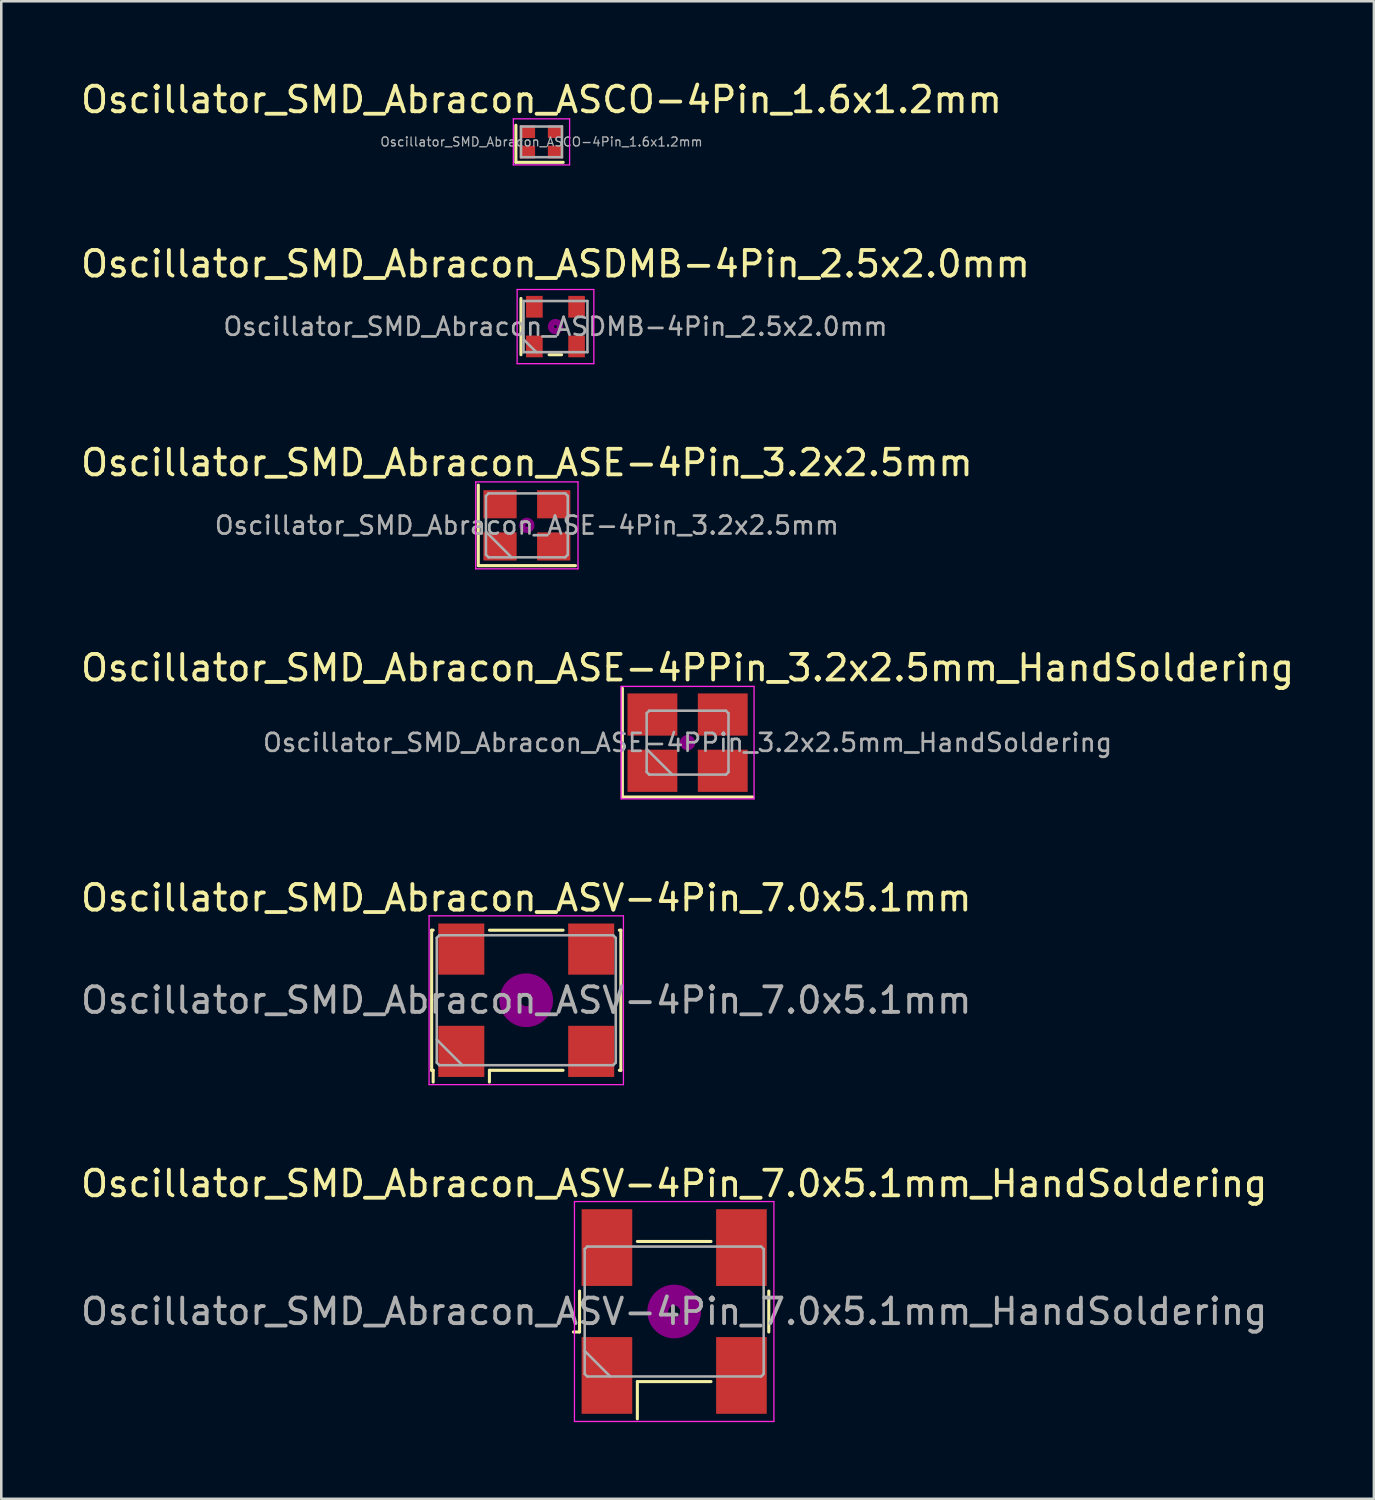
<source format=kicad_pcb>
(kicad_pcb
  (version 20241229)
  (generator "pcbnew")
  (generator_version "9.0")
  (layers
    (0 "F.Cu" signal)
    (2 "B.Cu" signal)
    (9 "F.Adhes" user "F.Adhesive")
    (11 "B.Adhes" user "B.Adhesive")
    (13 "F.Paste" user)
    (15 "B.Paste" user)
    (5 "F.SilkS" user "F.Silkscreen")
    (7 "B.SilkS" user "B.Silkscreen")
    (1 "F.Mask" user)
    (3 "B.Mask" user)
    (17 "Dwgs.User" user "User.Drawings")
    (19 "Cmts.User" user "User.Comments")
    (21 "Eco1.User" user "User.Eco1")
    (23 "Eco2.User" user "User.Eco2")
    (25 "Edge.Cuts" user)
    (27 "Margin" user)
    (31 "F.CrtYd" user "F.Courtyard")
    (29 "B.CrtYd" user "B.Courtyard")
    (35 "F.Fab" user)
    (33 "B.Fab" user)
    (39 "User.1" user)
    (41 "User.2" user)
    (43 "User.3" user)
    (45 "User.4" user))
  (footprint "Oscillator_SMD_Abracon_ASV-4Pin_7.0x5.1mm"
    (layer "F.Cu")
    (at 17.53 36.066)
    (property "Reference" "Oscillator_SMD_Abracon_ASV-4Pin_7.0x5.1mm" (at 0 -4 0) (layer "F.SilkS") (effects (font (size 1 1) (thickness 0.15))))
    (attr smd)
    (fp_line (start -3.7 -2.74) (end -3.64 -2.74) (stroke (width 0.12) (type solid)) (layer "F.SilkS"))
    (fp_line (start -3.7 2.74) (end -3.7 -2.74) (stroke (width 0.12) (type solid)) (layer "F.SilkS"))
    (fp_line (start -3.64 2.74) (end -3.7 2.74) (stroke (width 0.12) (type solid)) (layer "F.SilkS"))
    (fp_line (start -3.64 3.2) (end -3.64 2.74) (stroke (width 0.12) (type solid)) (layer "F.SilkS"))
    (fp_line (start -1.44 -2.74) (end 1.44 -2.74) (stroke (width 0.12) (type solid)) (layer "F.SilkS"))
    (fp_line (start -1.44 2.74) (end -1.44 3.2) (stroke (width 0.12) (type solid)) (layer "F.SilkS"))
    (fp_line (start 1.44 2.74) (end -1.44 2.74) (stroke (width 0.12) (type solid)) (layer "F.SilkS"))
    (fp_line (start 3.64 -2.74) (end 3.7 -2.74) (stroke (width 0.12) (type solid)) (layer "F.SilkS"))
    (fp_line (start 3.7 -2.74) (end 3.7 2.74) (stroke (width 0.12) (type solid)) (layer "F.SilkS"))
    (fp_line (start 3.7 2.74) (end 3.64 2.74) (stroke (width 0.12) (type solid)) (layer "F.SilkS"))
    (fp_circle (center 0 0) (end 0.233 0) (stroke (width 0.467) (type solid)) (fill no) (layer "F.Adhes"))
    (fp_circle (center 0 0) (end 0.533 0) (stroke (width 0.333) (type solid)) (fill no) (layer "F.Adhes"))
    (fp_circle (center 0 0) (end 0.833 0) (stroke (width 0.333) (type solid)) (fill no) (layer "F.Adhes"))
    (fp_circle (center 0 0) (end 1 0) (stroke (width 0.1) (type solid)) (fill no) (layer "F.Adhes"))
    (fp_line (start -3.8 -3.3) (end -3.8 3.3) (stroke (width 0.05) (type solid)) (layer "F.CrtYd"))
    (fp_line (start -3.8 3.3) (end 3.8 3.3) (stroke (width 0.05) (type solid)) (layer "F.CrtYd"))
    (fp_line (start 3.8 -3.3) (end -3.8 -3.3) (stroke (width 0.05) (type solid)) (layer "F.CrtYd"))
    (fp_line (start 3.8 3.3) (end 3.8 -3.3) (stroke (width 0.05) (type solid)) (layer "F.CrtYd"))
    (fp_line (start -3.5 -2.44) (end -3.4 -2.54) (stroke (width 0.1) (type solid)) (layer "F.Fab"))
    (fp_line (start -3.5 1.54) (end -2.5 2.54) (stroke (width 0.1) (type solid)) (layer "F.Fab"))
    (fp_line (start -3.5 2.44) (end -3.5 -2.44) (stroke (width 0.1) (type solid)) (layer "F.Fab"))
    (fp_line (start -3.4 -2.54) (end 3.4 -2.54) (stroke (width 0.1) (type solid)) (layer "F.Fab"))
    (fp_line (start -3.4 2.54) (end -3.5 2.44) (stroke (width 0.1) (type solid)) (layer "F.Fab"))
    (fp_line (start 3.4 -2.54) (end 3.5 -2.44) (stroke (width 0.1) (type solid)) (layer "F.Fab"))
    (fp_line (start 3.4 2.54) (end -3.4 2.54) (stroke (width 0.1) (type solid)) (layer "F.Fab"))
    (fp_line (start 3.5 -2.44) (end 3.5 2.44) (stroke (width 0.1) (type solid)) (layer "F.Fab"))
    (fp_line (start 3.5 2.44) (end 3.4 2.54) (stroke (width 0.1) (type solid)) (layer "F.Fab"))
    (fp_text user "${REFERENCE}" (at 0 0 0) (layer "F.Fab") (effects (font (size 1 1) (thickness 0.15))))
    (pad "1" smd rect (at -2.54 2) (size 1.8 2) (layers "F.Cu" "F.Mask" "F.Paste"))
    (pad "2" smd rect (at 2.54 2) (size 1.8 2) (layers "F.Cu" "F.Mask" "F.Paste"))
    (pad "3" smd rect (at 2.54 -2) (size 1.8 2) (layers "F.Cu" "F.Mask" "F.Paste"))
    (pad "4" smd rect (at -2.54 -2) (size 1.8 2) (layers "F.Cu" "F.Mask" "F.Paste")))
  (footprint "Oscillator_SMD_Abracon_ASE-4Pin_3.2x2.5mm"
    (layer "F.Cu")
    (at 17.554 17.495)
    (property "Reference" "Oscillator_SMD_Abracon_ASE-4Pin_3.2x2.5mm" (at 0 -2.45 0) (layer "F.SilkS") (effects (font (size 1 1) (thickness 0.15))))
    (attr smd)
    (fp_line (start -1.9 -1.575) (end -1.9 1.575) (stroke (width 0.12) (type solid)) (layer "F.SilkS"))
    (fp_line (start -1.9 1.575) (end 1.9 1.575) (stroke (width 0.12) (type solid)) (layer "F.SilkS"))
    (fp_circle (center 0 0) (end 0.058 0) (stroke (width 0.117) (type solid)) (fill no) (layer "F.Adhes"))
    (fp_circle (center 0 0) (end 0.133 0) (stroke (width 0.083) (type solid)) (fill no) (layer "F.Adhes"))
    (fp_circle (center 0 0) (end 0.208 0) (stroke (width 0.083) (type solid)) (fill no) (layer "F.Adhes"))
    (fp_circle (center 0 0) (end 0.25 0) (stroke (width 0.1) (type solid)) (fill no) (layer "F.Adhes"))
    (fp_line (start -2 -1.7) (end -2 1.7) (stroke (width 0.05) (type solid)) (layer "F.CrtYd"))
    (fp_line (start -2 1.7) (end 2 1.7) (stroke (width 0.05) (type solid)) (layer "F.CrtYd"))
    (fp_line (start 2 -1.7) (end -2 -1.7) (stroke (width 0.05) (type solid)) (layer "F.CrtYd"))
    (fp_line (start 2 1.7) (end 2 -1.7) (stroke (width 0.05) (type solid)) (layer "F.CrtYd"))
    (fp_line (start -1.6 -1.15) (end -1.5 -1.25) (stroke (width 0.1) (type solid)) (layer "F.Fab"))
    (fp_line (start -1.6 0.25) (end -0.6 1.25) (stroke (width 0.1) (type solid)) (layer "F.Fab"))
    (fp_line (start -1.6 1.15) (end -1.6 -1.15) (stroke (width 0.1) (type solid)) (layer "F.Fab"))
    (fp_line (start -1.5 -1.25) (end 1.5 -1.25) (stroke (width 0.1) (type solid)) (layer "F.Fab"))
    (fp_line (start -1.5 1.25) (end -1.6 1.15) (stroke (width 0.1) (type solid)) (layer "F.Fab"))
    (fp_line (start 1.5 -1.25) (end 1.6 -1.15) (stroke (width 0.1) (type solid)) (layer "F.Fab"))
    (fp_line (start 1.5 1.25) (end -1.5 1.25) (stroke (width 0.1) (type solid)) (layer "F.Fab"))
    (fp_line (start 1.6 -1.15) (end 1.6 1.15) (stroke (width 0.1) (type solid)) (layer "F.Fab"))
    (fp_line (start 1.6 1.15) (end 1.5 1.25) (stroke (width 0.1) (type solid)) (layer "F.Fab"))
    (fp_text user "${REFERENCE}" (at 0 0 0) (layer "F.Fab") (effects (font (size 0.7 0.7) (thickness 0.105))))
    (pad "1" smd rect (at -1.05 0.825) (size 1.3 1.1) (layers "F.Cu" "F.Mask" "F.Paste"))
    (pad "2" smd rect (at 1.05 0.825) (size 1.3 1.1) (layers "F.Cu" "F.Mask" "F.Paste"))
    (pad "3" smd rect (at 1.05 -0.825) (size 1.3 1.1) (layers "F.Cu" "F.Mask" "F.Paste"))
    (pad "4" smd rect (at -1.05 -0.825) (size 1.3 1.1) (layers "F.Cu" "F.Mask" "F.Paste")))
  (footprint "Oscillator_SMD_Abracon_ASE-4PPin_3.2x2.5mm_HandSoldering"
    (layer "F.Cu")
    (at 23.839 25.993)
    (property "Reference" "Oscillator_SMD_Abracon_ASE-4PPin_3.2x2.5mm_HandSoldering" (at 0 -2.925 0) (layer "F.SilkS") (effects (font (size 1 1) (thickness 0.15))))
    (attr smd)
    (fp_line (start -2.55 -2.125) (end -2.55 2.125) (stroke (width 0.12) (type solid)) (layer "F.SilkS"))
    (fp_line (start -2.55 2.125) (end 2.55 2.125) (stroke (width 0.12) (type solid)) (layer "F.SilkS"))
    (fp_circle (center 0 0) (end 0.058 0) (stroke (width 0.117) (type solid)) (fill no) (layer "F.Adhes"))
    (fp_circle (center 0 0) (end 0.133 0) (stroke (width 0.083) (type solid)) (fill no) (layer "F.Adhes"))
    (fp_circle (center 0 0) (end 0.208 0) (stroke (width 0.083) (type solid)) (fill no) (layer "F.Adhes"))
    (fp_circle (center 0 0) (end 0.25 0) (stroke (width 0.1) (type solid)) (fill no) (layer "F.Adhes"))
    (fp_line (start -2.6 -2.2) (end -2.6 2.2) (stroke (width 0.05) (type solid)) (layer "F.CrtYd"))
    (fp_line (start -2.6 2.2) (end 2.6 2.2) (stroke (width 0.05) (type solid)) (layer "F.CrtYd"))
    (fp_line (start 2.6 -2.2) (end -2.6 -2.2) (stroke (width 0.05) (type solid)) (layer "F.CrtYd"))
    (fp_line (start 2.6 2.2) (end 2.6 -2.2) (stroke (width 0.05) (type solid)) (layer "F.CrtYd"))
    (fp_line (start -1.6 -1.15) (end -1.5 -1.25) (stroke (width 0.1) (type solid)) (layer "F.Fab"))
    (fp_line (start -1.6 0.25) (end -0.6 1.25) (stroke (width 0.1) (type solid)) (layer "F.Fab"))
    (fp_line (start -1.6 1.15) (end -1.6 -1.15) (stroke (width 0.1) (type solid)) (layer "F.Fab"))
    (fp_line (start -1.5 -1.25) (end 1.5 -1.25) (stroke (width 0.1) (type solid)) (layer "F.Fab"))
    (fp_line (start -1.5 1.25) (end -1.6 1.15) (stroke (width 0.1) (type solid)) (layer "F.Fab"))
    (fp_line (start 1.5 -1.25) (end 1.6 -1.15) (stroke (width 0.1) (type solid)) (layer "F.Fab"))
    (fp_line (start 1.5 1.25) (end -1.5 1.25) (stroke (width 0.1) (type solid)) (layer "F.Fab"))
    (fp_line (start 1.6 -1.15) (end 1.6 1.15) (stroke (width 0.1) (type solid)) (layer "F.Fab"))
    (fp_line (start 1.6 1.15) (end 1.5 1.25) (stroke (width 0.1) (type solid)) (layer "F.Fab"))
    (fp_text user "${REFERENCE}" (at 0 0 0) (layer "F.Fab") (effects (font (size 0.7 0.7) (thickness 0.105))))
    (pad "1" smd rect (at -1.375 1.1) (size 1.95 1.65) (layers "F.Cu" "F.Mask" "F.Paste"))
    (pad "2" smd rect (at 1.375 1.1) (size 1.95 1.65) (layers "F.Cu" "F.Mask" "F.Paste"))
    (pad "3" smd rect (at 1.375 -1.1) (size 1.95 1.65) (layers "F.Cu" "F.Mask" "F.Paste"))
    (pad "4" smd rect (at -1.375 -1.1) (size 1.95 1.65) (layers "F.Cu" "F.Mask" "F.Paste")))
  (footprint "Oscillator_SMD_Abracon_ASV-4Pin_7.0x5.1mm_HandSoldering"
    (layer "F.Cu")
    (at 23.315 48.239)
    (property "Reference" "Oscillator_SMD_Abracon_ASV-4Pin_7.0x5.1mm_HandSoldering" (at 0 -5 0) (layer "F.SilkS") (effects (font (size 1 1) (thickness 0.15))))
    (attr smd)
    (fp_line (start -3.94 0.8) (end -3.7 0.8) (stroke (width 0.12) (type solid)) (layer "F.SilkS"))
    (fp_line (start -3.7 0.8) (end -3.7 -0.8) (stroke (width 0.12) (type solid)) (layer "F.SilkS"))
    (fp_line (start -1.44 -2.74) (end 1.44 -2.74) (stroke (width 0.12) (type solid)) (layer "F.SilkS"))
    (fp_line (start -1.44 2.74) (end -1.44 4.2) (stroke (width 0.12) (type solid)) (layer "F.SilkS"))
    (fp_line (start 1.44 2.74) (end -1.44 2.74) (stroke (width 0.12) (type solid)) (layer "F.SilkS"))
    (fp_line (start 3.7 -0.8) (end 3.7 0.8) (stroke (width 0.12) (type solid)) (layer "F.SilkS"))
    (fp_circle (center 0 0) (end 0.233 0) (stroke (width 0.467) (type solid)) (fill no) (layer "F.Adhes"))
    (fp_circle (center 0 0) (end 0.533 0) (stroke (width 0.333) (type solid)) (fill no) (layer "F.Adhes"))
    (fp_circle (center 0 0) (end 0.833 0) (stroke (width 0.333) (type solid)) (fill no) (layer "F.Adhes"))
    (fp_circle (center 0 0) (end 1 0) (stroke (width 0.1) (type solid)) (fill no) (layer "F.Adhes"))
    (fp_line (start -3.9 -4.3) (end -3.9 4.3) (stroke (width 0.05) (type solid)) (layer "F.CrtYd"))
    (fp_line (start -3.9 4.3) (end 3.9 4.3) (stroke (width 0.05) (type solid)) (layer "F.CrtYd"))
    (fp_line (start 3.9 -4.3) (end -3.9 -4.3) (stroke (width 0.05) (type solid)) (layer "F.CrtYd"))
    (fp_line (start 3.9 4.3) (end 3.9 -4.3) (stroke (width 0.05) (type solid)) (layer "F.CrtYd"))
    (fp_line (start -3.5 -2.44) (end -3.4 -2.54) (stroke (width 0.1) (type solid)) (layer "F.Fab"))
    (fp_line (start -3.5 1.54) (end -2.5 2.54) (stroke (width 0.1) (type solid)) (layer "F.Fab"))
    (fp_line (start -3.5 2.44) (end -3.5 -2.44) (stroke (width 0.1) (type solid)) (layer "F.Fab"))
    (fp_line (start -3.4 -2.54) (end 3.4 -2.54) (stroke (width 0.1) (type solid)) (layer "F.Fab"))
    (fp_line (start -3.4 2.54) (end -3.5 2.44) (stroke (width 0.1) (type solid)) (layer "F.Fab"))
    (fp_line (start 3.4 -2.54) (end 3.5 -2.44) (stroke (width 0.1) (type solid)) (layer "F.Fab"))
    (fp_line (start 3.4 2.54) (end -3.4 2.54) (stroke (width 0.1) (type solid)) (layer "F.Fab"))
    (fp_line (start 3.5 -2.44) (end 3.5 2.44) (stroke (width 0.1) (type solid)) (layer "F.Fab"))
    (fp_line (start 3.5 2.44) (end 3.4 2.54) (stroke (width 0.1) (type solid)) (layer "F.Fab"))
    (fp_text user "${REFERENCE}" (at 0 0 0) (layer "F.Fab") (effects (font (size 1 1) (thickness 0.15))))
    (pad "1" smd rect (at -2.63 2.5) (size 1.98 3) (layers "F.Cu" "F.Mask" "F.Paste"))
    (pad "2" smd rect (at 2.63 2.5) (size 1.98 3) (layers "F.Cu" "F.Mask" "F.Paste"))
    (pad "3" smd rect (at 2.63 -2.5) (size 1.98 3) (layers "F.Cu" "F.Mask" "F.Paste"))
    (pad "4" smd rect (at -2.63 -2.5) (size 1.98 3) (layers "F.Cu" "F.Mask" "F.Paste")))
  (footprint "Oscillator_SMD_Abracon_ASCO-4Pin_1.6x1.2mm"
    (layer "F.Cu")
    (at 18.125 2.498)
    (property "Reference" "Oscillator_SMD_Abracon_ASCO-4Pin_1.6x1.2mm" (at 0 -1.65 0) (layer "F.SilkS") (effects (font (size 1 1) (thickness 0.15))))
    (attr smd)
    (fp_line (start -1 -0.65) (end -1 0.8) (stroke (width 0.12) (type solid)) (layer "F.SilkS"))
    (fp_line (start -1 0.8) (end 0.85 0.8) (stroke (width 0.12) (type solid)) (layer "F.SilkS"))
    (fp_line (start -1.1 -0.9) (end -1.1 0.9) (stroke (width 0.05) (type solid)) (layer "F.CrtYd"))
    (fp_line (start -1.1 0.9) (end 1.1 0.9) (stroke (width 0.05) (type solid)) (layer "F.CrtYd"))
    (fp_line (start 1.1 -0.9) (end -1.1 -0.9) (stroke (width 0.05) (type solid)) (layer "F.CrtYd"))
    (fp_line (start 1.1 0.9) (end 1.1 -0.9) (stroke (width 0.05) (type solid)) (layer "F.CrtYd"))
    (fp_line (start -0.8 -0.6) (end 0.8 -0.6) (stroke (width 0.1) (type solid)) (layer "F.Fab"))
    (fp_line (start -0.8 0.6) (end -0.8 -0.6) (stroke (width 0.1) (type solid)) (layer "F.Fab"))
    (fp_line (start 0.8 -0.6) (end 0.8 0.6) (stroke (width 0.1) (type solid)) (layer "F.Fab"))
    (fp_line (start 0.8 0.6) (end -0.8 0.6) (stroke (width 0.1) (type solid)) (layer "F.Fab"))
    (fp_text user "${REFERENCE}" (at 0 0 0) (layer "F.Fab") (effects (font (size 0.35 0.35) (thickness 0.05))))
    (pad "1" smd rect (at -0.55 0.4) (size 0.6 0.5) (layers "F.Cu" "F.Mask" "F.Paste"))
    (pad "2" smd rect (at 0.55 0.4) (size 0.6 0.5) (layers "F.Cu" "F.Mask" "F.Paste"))
    (pad "3" smd rect (at 0.55 -0.4) (size 0.6 0.5) (layers "F.Cu" "F.Mask" "F.Paste"))
    (pad "4" smd rect (at -0.55 -0.4) (size 0.6 0.5) (layers "F.Cu" "F.Mask" "F.Paste")))
  (footprint "Oscillator_SMD_Abracon_ASDMB-4Pin_2.5x2.0mm"
    (layer "F.Cu")
    (at 18.673 9.722)
    (property "Reference" "Oscillator_SMD_Abracon_ASDMB-4Pin_2.5x2.0mm" (at 0 -2.45 0) (layer "F.SilkS") (effects (font (size 1 1) (thickness 0.15))))
    (attr smd)
    (fp_line (start -1.35 -1.1) (end -1.35 1.1) (stroke (width 0.12) (type solid)) (layer "F.SilkS"))
    (fp_line (start -0.25 1.1) (end 0.24 1.1) (stroke (width 0.12) (type solid)) (layer "F.SilkS"))
    (fp_circle (center 0 0) (end 0.058 0) (stroke (width 0.117) (type solid)) (fill no) (layer "F.Adhes"))
    (fp_circle (center 0 0) (end 0.133 0) (stroke (width 0.083) (type solid)) (fill no) (layer "F.Adhes"))
    (fp_circle (center 0 0) (end 0.208 0) (stroke (width 0.083) (type solid)) (fill no) (layer "F.Adhes"))
    (fp_circle (center 0 0) (end 0.25 0) (stroke (width 0.1) (type solid)) (fill no) (layer "F.Adhes"))
    (fp_line (start -1.5 -1.45) (end -1.5 1.45) (stroke (width 0.05) (type solid)) (layer "F.CrtYd"))
    (fp_line (start -1.5 1.45) (end 1.5 1.45) (stroke (width 0.05) (type solid)) (layer "F.CrtYd"))
    (fp_line (start 1.5 -1.45) (end -1.5 -1.45) (stroke (width 0.05) (type solid)) (layer "F.CrtYd"))
    (fp_line (start 1.5 1.45) (end 1.5 -1.45) (stroke (width 0.05) (type solid)) (layer "F.CrtYd"))
    (fp_line (start -1.25 -1) (end 1.25 -1) (stroke (width 0.1) (type solid)) (layer "F.Fab"))
    (fp_line (start -1.25 0.5) (end -0.75 1) (stroke (width 0.1) (type solid)) (layer "F.Fab"))
    (fp_line (start -1.25 1) (end -1.25 -1) (stroke (width 0.1) (type solid)) (layer "F.Fab"))
    (fp_line (start 1.25 -1) (end 1.25 1) (stroke (width 0.1) (type solid)) (layer "F.Fab"))
    (fp_line (start 1.25 1) (end -1.25 1) (stroke (width 0.1) (type solid)) (layer "F.Fab"))
    (fp_text user "${REFERENCE}" (at 0 0 0) (layer "F.Fab") (effects (font (size 0.7 0.7) (thickness 0.105))))
    (pad "1" smd rect (at -0.825 0.775) (size 0.65 0.85) (layers "F.Cu" "F.Mask" "F.Paste"))
    (pad "2" smd rect (at 0.825 0.775) (size 0.65 0.85) (layers "F.Cu" "F.Mask" "F.Paste"))
    (pad "3" smd rect (at 0.825 -0.775) (size 0.65 0.85) (layers "F.Cu" "F.Mask" "F.Paste"))
    (pad "4" smd rect (at -0.825 -0.775) (size 0.65 0.85) (layers "F.Cu" "F.Mask" "F.Paste")))
  (gr_rect
    (start -3 -3)
    (end 50.679 55.565)
    (stroke (width 0.1) (type default))
    (fill no)
    (layer "Edge.Cuts")))
</source>
